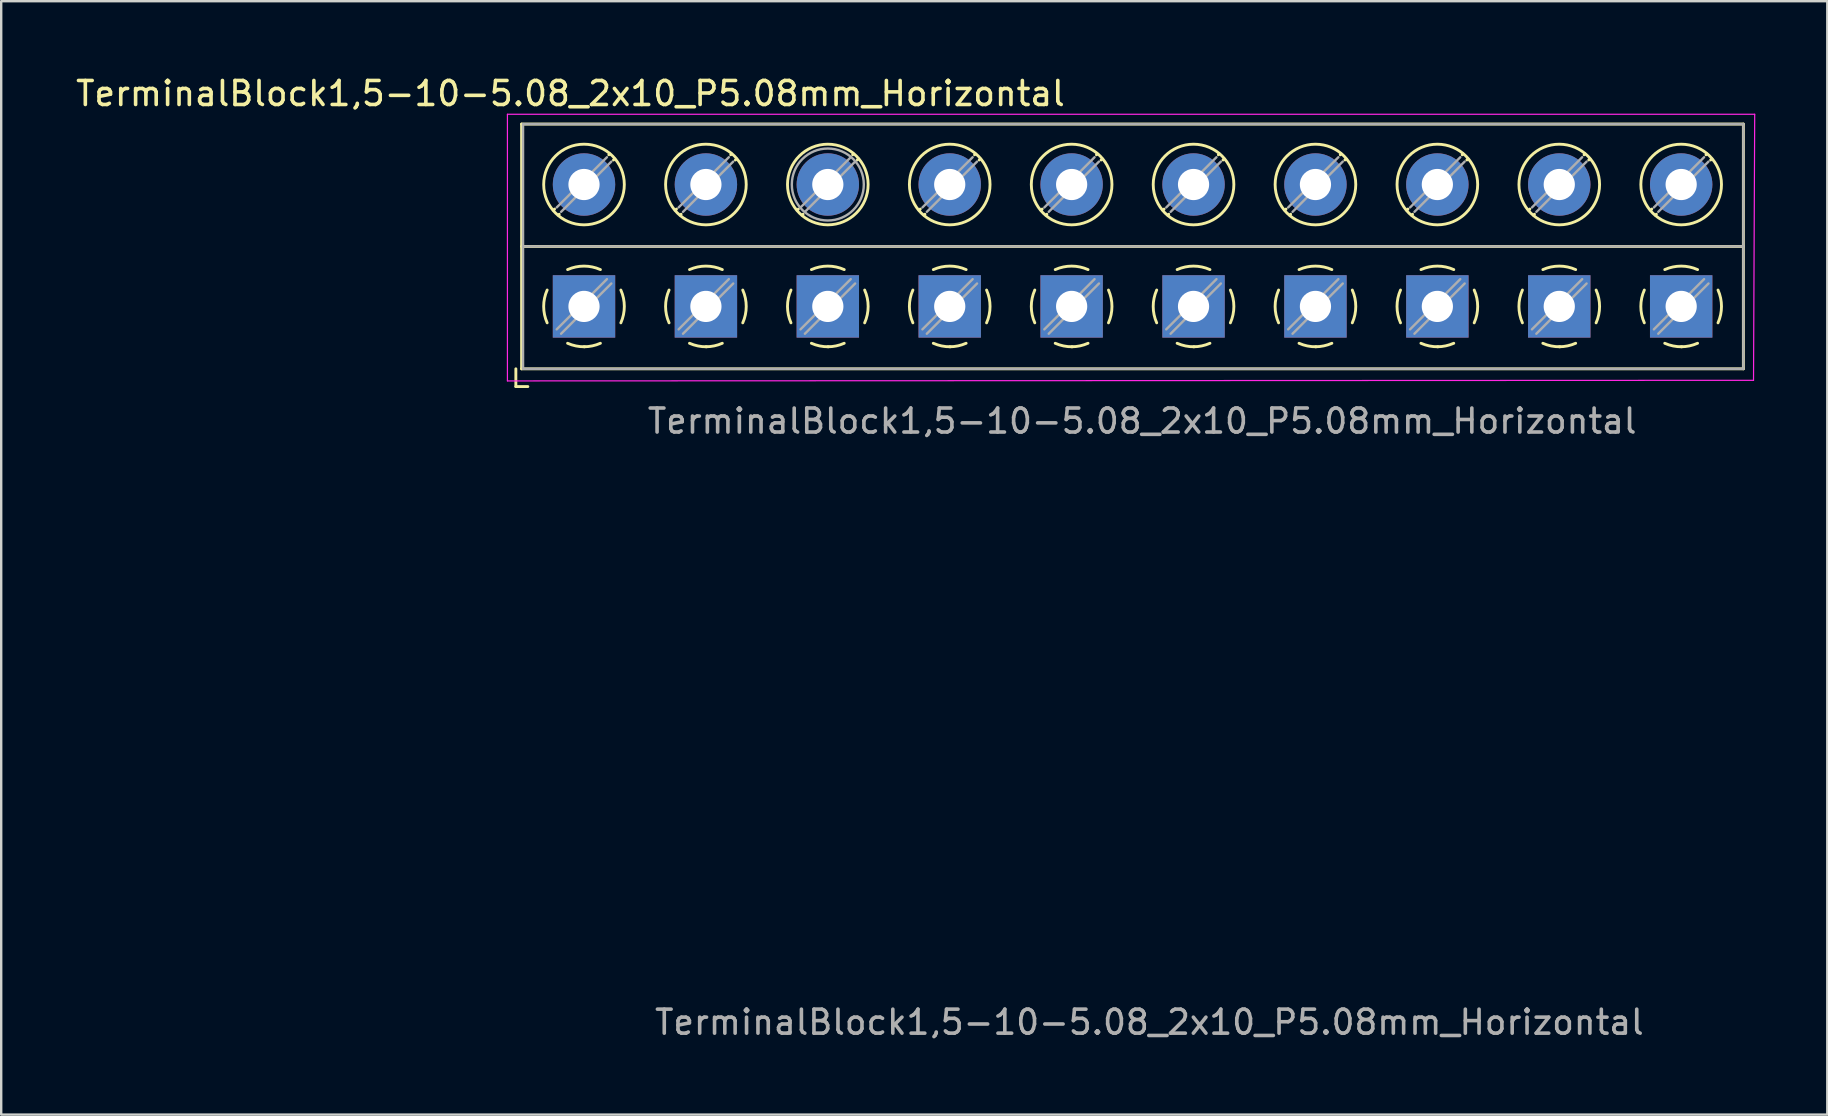
<source format=kicad_pcb>
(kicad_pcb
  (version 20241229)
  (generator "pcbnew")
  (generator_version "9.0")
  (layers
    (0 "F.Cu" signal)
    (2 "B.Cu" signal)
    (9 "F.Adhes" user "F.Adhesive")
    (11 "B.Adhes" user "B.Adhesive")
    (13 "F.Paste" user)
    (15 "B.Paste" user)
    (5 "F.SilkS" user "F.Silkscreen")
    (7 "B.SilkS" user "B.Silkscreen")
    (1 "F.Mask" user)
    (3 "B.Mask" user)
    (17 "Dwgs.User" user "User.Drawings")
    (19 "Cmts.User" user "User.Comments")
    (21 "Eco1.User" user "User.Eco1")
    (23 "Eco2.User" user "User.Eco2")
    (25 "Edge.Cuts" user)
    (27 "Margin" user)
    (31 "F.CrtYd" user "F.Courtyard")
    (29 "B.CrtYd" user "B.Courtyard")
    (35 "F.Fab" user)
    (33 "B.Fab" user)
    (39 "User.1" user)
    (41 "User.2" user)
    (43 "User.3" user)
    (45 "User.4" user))
  (footprint "TerminalBlock1,5-10-5.08_2x10_P5.08mm_Horizontal"
    (layer "F.Cu")
    (at 44.595 13.048)
    (property "Reference" "TerminalBlock1,5-10-5.08_2x10_P5.08mm_Horizontal" (at -23.875 -12.2 0) (unlocked yes) (layer "F.SilkS") (effects (font (size 1 1) (thickness 0.15))))
    (attr through_hole)
    (fp_line (start -26.149 -0.729) (end -26.149 0.011) (stroke (width 0.12) (type solid)) (layer "F.SilkS"))
    (fp_line (start -26.149 0.011) (end -25.649 0.011) (stroke (width 0.12) (type solid)) (layer "F.SilkS"))
    (fp_line (start -25.909 -10.928) (end -25.909 -0.729) (stroke (width 0.12) (type solid)) (layer "F.SilkS"))
    (fp_line (start -25.909 -10.928) (end 25.003 -10.928) (stroke (width 0.12) (type solid)) (layer "F.SilkS"))
    (fp_line (start -25.909 -5.829) (end 25.003 -5.829) (stroke (width 0.12) (type solid)) (layer "F.SilkS"))
    (fp_line (start -25.909 -0.729) (end 25.003 -0.729) (stroke (width 0.12) (type solid)) (layer "F.SilkS"))
    (fp_line (start -24.536 -7.386) (end -24.583 -7.34) (stroke (width 0.12) (type solid)) (layer "F.SilkS"))
    (fp_line (start -24.343 -7.17) (end -24.378 -7.135) (stroke (width 0.12) (type solid)) (layer "F.SilkS"))
    (fp_line (start -22.239 -9.684) (end -22.274 -9.648) (stroke (width 0.12) (type solid)) (layer "F.SilkS"))
    (fp_line (start -22.034 -9.477) (end -22.081 -9.431) (stroke (width 0.12) (type solid)) (layer "F.SilkS"))
    (fp_line (start -19.456 -7.386) (end -19.503 -7.34) (stroke (width 0.12) (type solid)) (layer "F.SilkS"))
    (fp_line (start -19.263 -7.17) (end -19.298 -7.135) (stroke (width 0.12) (type solid)) (layer "F.SilkS"))
    (fp_line (start -17.159 -9.684) (end -17.194 -9.648) (stroke (width 0.12) (type solid)) (layer "F.SilkS"))
    (fp_line (start -16.954 -9.477) (end -17.001 -9.431) (stroke (width 0.12) (type solid)) (layer "F.SilkS"))
    (fp_line (start -14.376 -7.386) (end -14.423 -7.34) (stroke (width 0.12) (type solid)) (layer "F.SilkS"))
    (fp_line (start -14.183 -7.17) (end -14.218 -7.135) (stroke (width 0.12) (type solid)) (layer "F.SilkS"))
    (fp_line (start -12.079 -9.684) (end -12.114 -9.648) (stroke (width 0.12) (type solid)) (layer "F.SilkS"))
    (fp_line (start -11.874 -9.477) (end -11.921 -9.431) (stroke (width 0.12) (type solid)) (layer "F.SilkS"))
    (fp_line (start -9.296 -7.386) (end -9.343 -7.34) (stroke (width 0.12) (type solid)) (layer "F.SilkS"))
    (fp_line (start -9.103 -7.17) (end -9.138 -7.135) (stroke (width 0.12) (type solid)) (layer "F.SilkS"))
    (fp_line (start -6.999 -9.684) (end -7.034 -9.648) (stroke (width 0.12) (type solid)) (layer "F.SilkS"))
    (fp_line (start -6.794 -9.477) (end -6.841 -9.431) (stroke (width 0.12) (type solid)) (layer "F.SilkS"))
    (fp_line (start -4.216 -7.386) (end -4.263 -7.34) (stroke (width 0.12) (type solid)) (layer "F.SilkS"))
    (fp_line (start -4.023 -7.17) (end -4.058 -7.135) (stroke (width 0.12) (type solid)) (layer "F.SilkS"))
    (fp_line (start -1.919 -9.684) (end -1.954 -9.648) (stroke (width 0.12) (type solid)) (layer "F.SilkS"))
    (fp_line (start -1.714 -9.477) (end -1.761 -9.431) (stroke (width 0.12) (type solid)) (layer "F.SilkS"))
    (fp_line (start 0.864 -7.386) (end 0.817 -7.34) (stroke (width 0.12) (type solid)) (layer "F.SilkS"))
    (fp_line (start 1.057 -7.17) (end 1.022 -7.135) (stroke (width 0.12) (type solid)) (layer "F.SilkS"))
    (fp_line (start 3.161 -9.684) (end 3.126 -9.648) (stroke (width 0.12) (type solid)) (layer "F.SilkS"))
    (fp_line (start 3.366 -9.477) (end 3.319 -9.431) (stroke (width 0.12) (type solid)) (layer "F.SilkS"))
    (fp_line (start 5.944 -7.386) (end 5.897 -7.34) (stroke (width 0.12) (type solid)) (layer "F.SilkS"))
    (fp_line (start 6.137 -7.17) (end 6.102 -7.135) (stroke (width 0.12) (type solid)) (layer "F.SilkS"))
    (fp_line (start 8.241 -9.684) (end 8.206 -9.648) (stroke (width 0.12) (type solid)) (layer "F.SilkS"))
    (fp_line (start 8.446 -9.477) (end 8.399 -9.431) (stroke (width 0.12) (type solid)) (layer "F.SilkS"))
    (fp_line (start 11.024 -7.386) (end 10.977 -7.34) (stroke (width 0.12) (type solid)) (layer "F.SilkS"))
    (fp_line (start 11.217 -7.17) (end 11.182 -7.135) (stroke (width 0.12) (type solid)) (layer "F.SilkS"))
    (fp_line (start 13.321 -9.684) (end 13.286 -9.648) (stroke (width 0.12) (type solid)) (layer "F.SilkS"))
    (fp_line (start 13.526 -9.477) (end 13.479 -9.431) (stroke (width 0.12) (type solid)) (layer "F.SilkS"))
    (fp_line (start 16.104 -7.386) (end 16.057 -7.34) (stroke (width 0.12) (type solid)) (layer "F.SilkS"))
    (fp_line (start 16.297 -7.17) (end 16.262 -7.135) (stroke (width 0.12) (type solid)) (layer "F.SilkS"))
    (fp_line (start 18.401 -9.684) (end 18.366 -9.648) (stroke (width 0.12) (type solid)) (layer "F.SilkS"))
    (fp_line (start 18.606 -9.477) (end 18.559 -9.431) (stroke (width 0.12) (type solid)) (layer "F.SilkS"))
    (fp_line (start 21.184 -7.386) (end 21.137 -7.34) (stroke (width 0.12) (type solid)) (layer "F.SilkS"))
    (fp_line (start 21.377 -7.17) (end 21.342 -7.135) (stroke (width 0.12) (type solid)) (layer "F.SilkS"))
    (fp_line (start 23.481 -9.684) (end 23.446 -9.648) (stroke (width 0.12) (type solid)) (layer "F.SilkS"))
    (fp_line (start 23.686 -9.477) (end 23.639 -9.431) (stroke (width 0.12) (type solid)) (layer "F.SilkS"))
    (fp_line (start 25.003 -10.928) (end 25.003 -0.729) (stroke (width 0.12) (type solid)) (layer "F.SilkS"))
    (fp_arc (start -24.844427 -2.645458) (mid -24.989501 -3.329024) (end -24.844 -4.0125) (stroke (width 0.12) (type solid)) (layer "F.SilkS"))
    (fp_arc (start -23.992042 -4.863927) (mid -23.308476 -5.009001) (end -22.625 -4.8635) (stroke (width 0.12) (type solid)) (layer "F.SilkS"))
    (fp_arc (start -23.280195 -1.648247) (mid -23.644551 -1.681841) (end -23.993 -1.7935) (stroke (width 0.12) (type solid)) (layer "F.SilkS"))
    (fp_arc (start -22.625682 -1.793744) (mid -22.959708 -1.685212) (end -23.309 -1.6485) (stroke (width 0.12) (type solid)) (layer "F.SilkS"))
    (fp_arc (start -21.773573 -4.011542) (mid -21.628499 -3.327976) (end -21.774 -2.6445) (stroke (width 0.12) (type solid)) (layer "F.SilkS"))
    (fp_arc (start -19.764427 -2.645458) (mid -19.909501 -3.329024) (end -19.764 -4.0125) (stroke (width 0.12) (type solid)) (layer "F.SilkS"))
    (fp_arc (start -18.912042 -4.863927) (mid -18.228476 -5.009001) (end -17.545 -4.8635) (stroke (width 0.12) (type solid)) (layer "F.SilkS"))
    (fp_arc (start -18.200195 -1.648247) (mid -18.564551 -1.681841) (end -18.913 -1.7935) (stroke (width 0.12) (type solid)) (layer "F.SilkS"))
    (fp_arc (start -17.545682 -1.793744) (mid -17.879708 -1.685212) (end -18.229 -1.6485) (stroke (width 0.12) (type solid)) (layer "F.SilkS"))
    (fp_arc (start -16.693573 -4.011542) (mid -16.548499 -3.327976) (end -16.694 -2.6445) (stroke (width 0.12) (type solid)) (layer "F.SilkS"))
    (fp_arc (start -14.684427 -2.645458) (mid -14.829501 -3.329024) (end -14.684 -4.0125) (stroke (width 0.12) (type solid)) (layer "F.SilkS"))
    (fp_arc (start -13.832042 -4.863927) (mid -13.148476 -5.009001) (end -12.465 -4.8635) (stroke (width 0.12) (type solid)) (layer "F.SilkS"))
    (fp_arc (start -13.120195 -1.648247) (mid -13.484551 -1.681841) (end -13.833 -1.7935) (stroke (width 0.12) (type solid)) (layer "F.SilkS"))
    (fp_arc (start -12.465682 -1.793744) (mid -12.799708 -1.685212) (end -13.149 -1.6485) (stroke (width 0.12) (type solid)) (layer "F.SilkS"))
    (fp_arc (start -11.613573 -4.011542) (mid -11.468499 -3.327976) (end -11.614 -2.6445) (stroke (width 0.12) (type solid)) (layer "F.SilkS"))
    (fp_arc (start -9.604427 -2.645458) (mid -9.749501 -3.329024) (end -9.604 -4.0125) (stroke (width 0.12) (type solid)) (layer "F.SilkS"))
    (fp_arc (start -8.752042 -4.863927) (mid -8.068476 -5.009001) (end -7.385 -4.8635) (stroke (width 0.12) (type solid)) (layer "F.SilkS"))
    (fp_arc (start -8.040195 -1.648247) (mid -8.404551 -1.681841) (end -8.753 -1.7935) (stroke (width 0.12) (type solid)) (layer "F.SilkS"))
    (fp_arc (start -7.385682 -1.793744) (mid -7.719708 -1.685212) (end -8.069 -1.6485) (stroke (width 0.12) (type solid)) (layer "F.SilkS"))
    (fp_arc (start -6.533573 -4.011542) (mid -6.388499 -3.327976) (end -6.534 -2.6445) (stroke (width 0.12) (type solid)) (layer "F.SilkS"))
    (fp_arc (start -4.524427 -2.645458) (mid -4.669501 -3.329024) (end -4.524 -4.0125) (stroke (width 0.12) (type solid)) (layer "F.SilkS"))
    (fp_arc (start -3.672042 -4.863927) (mid -2.988476 -5.009001) (end -2.305 -4.8635) (stroke (width 0.12) (type solid)) (layer "F.SilkS"))
    (fp_arc (start -2.960195 -1.648247) (mid -3.324551 -1.681841) (end -3.673 -1.7935) (stroke (width 0.12) (type solid)) (layer "F.SilkS"))
    (fp_arc (start -2.305682 -1.793744) (mid -2.639708 -1.685212) (end -2.989 -1.6485) (stroke (width 0.12) (type solid)) (layer "F.SilkS"))
    (fp_arc (start -1.453573 -4.011542) (mid -1.308499 -3.327976) (end -1.454 -2.6445) (stroke (width 0.12) (type solid)) (layer "F.SilkS"))
    (fp_arc (start 0.555573 -2.645458) (mid 0.410499 -3.329024) (end 0.556 -4.0125) (stroke (width 0.12) (type solid)) (layer "F.SilkS"))
    (fp_arc (start 1.407958 -4.863927) (mid 2.091524 -5.009001) (end 2.775 -4.8635) (stroke (width 0.12) (type solid)) (layer "F.SilkS"))
    (fp_arc (start 2.119805 -1.648247) (mid 1.755449 -1.681841) (end 1.407 -1.7935) (stroke (width 0.12) (type solid)) (layer "F.SilkS"))
    (fp_arc (start 2.774318 -1.793744) (mid 2.440292 -1.685212) (end 2.091 -1.6485) (stroke (width 0.12) (type solid)) (layer "F.SilkS"))
    (fp_arc (start 3.626427 -4.011542) (mid 3.771501 -3.327976) (end 3.626 -2.6445) (stroke (width 0.12) (type solid)) (layer "F.SilkS"))
    (fp_arc (start 5.635573 -2.645458) (mid 5.490499 -3.329024) (end 5.636 -4.0125) (stroke (width 0.12) (type solid)) (layer "F.SilkS"))
    (fp_arc (start 6.487958 -4.863927) (mid 7.171524 -5.009001) (end 7.855 -4.8635) (stroke (width 0.12) (type solid)) (layer "F.SilkS"))
    (fp_arc (start 7.199805 -1.648247) (mid 6.835449 -1.681841) (end 6.487 -1.7935) (stroke (width 0.12) (type solid)) (layer "F.SilkS"))
    (fp_arc (start 7.854318 -1.793744) (mid 7.520292 -1.685212) (end 7.171 -1.6485) (stroke (width 0.12) (type solid)) (layer "F.SilkS"))
    (fp_arc (start 8.706427 -4.011542) (mid 8.851501 -3.327976) (end 8.706 -2.6445) (stroke (width 0.12) (type solid)) (layer "F.SilkS"))
    (fp_arc (start 10.715573 -2.645458) (mid 10.570499 -3.329024) (end 10.716 -4.0125) (stroke (width 0.12) (type solid)) (layer "F.SilkS"))
    (fp_arc (start 11.567958 -4.863927) (mid 12.251524 -5.009001) (end 12.935 -4.8635) (stroke (width 0.12) (type solid)) (layer "F.SilkS"))
    (fp_arc (start 12.279805 -1.648247) (mid 11.915449 -1.681841) (end 11.567 -1.7935) (stroke (width 0.12) (type solid)) (layer "F.SilkS"))
    (fp_arc (start 12.934318 -1.793744) (mid 12.600292 -1.685212) (end 12.251 -1.6485) (stroke (width 0.12) (type solid)) (layer "F.SilkS"))
    (fp_arc (start 13.786427 -4.011542) (mid 13.931501 -3.327976) (end 13.786 -2.6445) (stroke (width 0.12) (type solid)) (layer "F.SilkS"))
    (fp_arc (start 15.795573 -2.645458) (mid 15.650499 -3.329024) (end 15.796 -4.0125) (stroke (width 0.12) (type solid)) (layer "F.SilkS"))
    (fp_arc (start 16.647958 -4.863927) (mid 17.331524 -5.009001) (end 18.015 -4.8635) (stroke (width 0.12) (type solid)) (layer "F.SilkS"))
    (fp_arc (start 17.359805 -1.648247) (mid 16.995449 -1.681841) (end 16.647 -1.7935) (stroke (width 0.12) (type solid)) (layer "F.SilkS"))
    (fp_arc (start 18.014318 -1.793744) (mid 17.680292 -1.685212) (end 17.331 -1.6485) (stroke (width 0.12) (type solid)) (layer "F.SilkS"))
    (fp_arc (start 18.866427 -4.011542) (mid 19.011501 -3.327976) (end 18.866 -2.6445) (stroke (width 0.12) (type solid)) (layer "F.SilkS"))
    (fp_arc (start 20.875573 -2.645458) (mid 20.730499 -3.329024) (end 20.876 -4.0125) (stroke (width 0.12) (type solid)) (layer "F.SilkS"))
    (fp_arc (start 21.727958 -4.863927) (mid 22.411524 -5.009001) (end 23.095 -4.8635) (stroke (width 0.12) (type solid)) (layer "F.SilkS"))
    (fp_arc (start 22.439805 -1.648247) (mid 22.075449 -1.681841) (end 21.727 -1.7935) (stroke (width 0.12) (type solid)) (layer "F.SilkS"))
    (fp_arc (start 23.094318 -1.793744) (mid 22.760292 -1.685212) (end 22.411 -1.6485) (stroke (width 0.12) (type solid)) (layer "F.SilkS"))
    (fp_arc (start 23.946427 -4.011542) (mid 24.091501 -3.327976) (end 23.946 -2.6445) (stroke (width 0.12) (type solid)) (layer "F.SilkS"))
    (fp_circle (center -23.309 -8.409) (end -21.629 -8.409) (stroke (width 0.12) (type solid)) (fill no) (layer "F.SilkS"))
    (fp_circle (center -18.229 -8.409) (end -16.549 -8.409) (stroke (width 0.12) (type solid)) (fill no) (layer "F.SilkS"))
    (fp_circle (center -13.149 -8.409) (end -11.469 -8.409) (stroke (width 0.12) (type solid)) (fill no) (layer "F.SilkS"))
    (fp_circle (center -8.069 -8.409) (end -6.389 -8.409) (stroke (width 0.12) (type solid)) (fill no) (layer "F.SilkS"))
    (fp_circle (center -2.989 -8.409) (end -1.309 -8.409) (stroke (width 0.12) (type solid)) (fill no) (layer "F.SilkS"))
    (fp_circle (center 2.091 -8.409) (end 3.771 -8.409) (stroke (width 0.12) (type solid)) (fill no) (layer "F.SilkS"))
    (fp_circle (center 7.171 -8.409) (end 8.851 -8.409) (stroke (width 0.12) (type solid)) (fill no) (layer "F.SilkS"))
    (fp_circle (center 12.251 -8.409) (end 13.931 -8.409) (stroke (width 0.12) (type solid)) (fill no) (layer "F.SilkS"))
    (fp_circle (center 17.331 -8.409) (end 19.011 -8.409) (stroke (width 0.12) (type solid)) (fill no) (layer "F.SilkS"))
    (fp_circle (center 22.411 -8.409) (end 24.091 -8.409) (stroke (width 0.12) (type solid)) (fill no) (layer "F.SilkS"))
    (fp_line (start -26.5 -11.337) (end -26.5 -0.225) (stroke (width 0.05) (type solid)) (layer "F.CrtYd"))
    (fp_line (start -26.5 -0.225) (end 25.426 -0.25) (stroke (width 0.05) (type solid)) (layer "F.CrtYd"))
    (fp_line (start 25.426 -0.25) (end 25.475 -11.337) (stroke (width 0.05) (type solid)) (layer "F.CrtYd"))
    (fp_line (start 25.475 -11.337) (end -26.5 -11.337) (stroke (width 0.05) (type solid)) (layer "F.CrtYd"))
    (fp_line (start -25.849 -10.928) (end 25.003 -10.928) (stroke (width 0.1) (type solid)) (layer "F.Fab"))
    (fp_line (start -25.849 -5.829) (end 25.003 -5.829) (stroke (width 0.1) (type solid)) (layer "F.Fab"))
    (fp_line (start -25.849 -0.729) (end -25.849 -10.928) (stroke (width 0.1) (type solid)) (layer "F.Fab"))
    (fp_line (start -25.849 -0.729) (end 25.003 -0.729) (stroke (width 0.1) (type solid)) (layer "F.Fab"))
    (fp_line (start -22.354 -9.546) (end -24.446 -7.454) (stroke (width 0.1) (type solid)) (layer "F.Fab"))
    (fp_line (start -22.354 -4.466) (end -24.447 -2.373) (stroke (width 0.1) (type solid)) (layer "F.Fab"))
    (fp_line (start -22.171 -9.364) (end -24.263 -7.271) (stroke (width 0.1) (type solid)) (layer "F.Fab"))
    (fp_line (start -22.171 -4.284) (end -24.264 -2.191) (stroke (width 0.1) (type solid)) (layer "F.Fab"))
    (fp_line (start -17.274 -9.546) (end -19.366 -7.454) (stroke (width 0.1) (type solid)) (layer "F.Fab"))
    (fp_line (start -17.274 -4.466) (end -19.367 -2.373) (stroke (width 0.1) (type solid)) (layer "F.Fab"))
    (fp_line (start -17.091 -9.364) (end -19.183 -7.271) (stroke (width 0.1) (type solid)) (layer "F.Fab"))
    (fp_line (start -17.091 -4.284) (end -19.184 -2.191) (stroke (width 0.1) (type solid)) (layer "F.Fab"))
    (fp_line (start -12.194 -9.546) (end -14.286 -7.454) (stroke (width 0.1) (type solid)) (layer "F.Fab"))
    (fp_line (start -12.194 -4.466) (end -14.287 -2.373) (stroke (width 0.1) (type solid)) (layer "F.Fab"))
    (fp_line (start -12.011 -9.364) (end -14.103 -7.271) (stroke (width 0.1) (type solid)) (layer "F.Fab"))
    (fp_line (start -12.011 -4.284) (end -14.104 -2.191) (stroke (width 0.1) (type solid)) (layer "F.Fab"))
    (fp_line (start -7.114 -9.546) (end -9.206 -7.454) (stroke (width 0.1) (type solid)) (layer "F.Fab"))
    (fp_line (start -7.114 -4.466) (end -9.207 -2.373) (stroke (width 0.1) (type solid)) (layer "F.Fab"))
    (fp_line (start -6.931 -9.364) (end -9.023 -7.271) (stroke (width 0.1) (type solid)) (layer "F.Fab"))
    (fp_line (start -6.931 -4.284) (end -9.024 -2.191) (stroke (width 0.1) (type solid)) (layer "F.Fab"))
    (fp_line (start -2.034 -9.546) (end -4.126 -7.454) (stroke (width 0.1) (type solid)) (layer "F.Fab"))
    (fp_line (start -2.034 -4.466) (end -4.127 -2.373) (stroke (width 0.1) (type solid)) (layer "F.Fab"))
    (fp_line (start -1.851 -9.364) (end -3.943 -7.271) (stroke (width 0.1) (type solid)) (layer "F.Fab"))
    (fp_line (start -1.851 -4.284) (end -3.944 -2.191) (stroke (width 0.1) (type solid)) (layer "F.Fab"))
    (fp_line (start 3.046 -9.546) (end 0.954 -7.454) (stroke (width 0.1) (type solid)) (layer "F.Fab"))
    (fp_line (start 3.046 -4.466) (end 0.953 -2.373) (stroke (width 0.1) (type solid)) (layer "F.Fab"))
    (fp_line (start 3.229 -9.364) (end 1.137 -7.271) (stroke (width 0.1) (type solid)) (layer "F.Fab"))
    (fp_line (start 3.229 -4.284) (end 1.136 -2.191) (stroke (width 0.1) (type solid)) (layer "F.Fab"))
    (fp_line (start 8.126 -9.546) (end 6.034 -7.454) (stroke (width 0.1) (type solid)) (layer "F.Fab"))
    (fp_line (start 8.126 -4.466) (end 6.033 -2.373) (stroke (width 0.1) (type solid)) (layer "F.Fab"))
    (fp_line (start 8.309 -9.364) (end 6.217 -7.271) (stroke (width 0.1) (type solid)) (layer "F.Fab"))
    (fp_line (start 8.309 -4.284) (end 6.216 -2.191) (stroke (width 0.1) (type solid)) (layer "F.Fab"))
    (fp_line (start 13.206 -9.546) (end 11.114 -7.454) (stroke (width 0.1) (type solid)) (layer "F.Fab"))
    (fp_line (start 13.206 -4.466) (end 11.113 -2.373) (stroke (width 0.1) (type solid)) (layer "F.Fab"))
    (fp_line (start 13.389 -9.364) (end 11.297 -7.271) (stroke (width 0.1) (type solid)) (layer "F.Fab"))
    (fp_line (start 13.389 -4.284) (end 11.296 -2.191) (stroke (width 0.1) (type solid)) (layer "F.Fab"))
    (fp_line (start 18.286 -9.546) (end 16.194 -7.454) (stroke (width 0.1) (type solid)) (layer "F.Fab"))
    (fp_line (start 18.286 -4.466) (end 16.193 -2.373) (stroke (width 0.1) (type solid)) (layer "F.Fab"))
    (fp_line (start 18.469 -9.364) (end 16.377 -7.271) (stroke (width 0.1) (type solid)) (layer "F.Fab"))
    (fp_line (start 18.469 -4.284) (end 16.376 -2.191) (stroke (width 0.1) (type solid)) (layer "F.Fab"))
    (fp_line (start 23.366 -9.546) (end 21.274 -7.454) (stroke (width 0.1) (type solid)) (layer "F.Fab"))
    (fp_line (start 23.366 -4.466) (end 21.273 -2.373) (stroke (width 0.1) (type solid)) (layer "F.Fab"))
    (fp_line (start 23.549 -9.364) (end 21.457 -7.271) (stroke (width 0.1) (type solid)) (layer "F.Fab"))
    (fp_line (start 23.549 -4.284) (end 21.456 -2.191) (stroke (width 0.1) (type solid)) (layer "F.Fab"))
    (fp_line (start 25.003 -10.928) (end 25.003 -0.729) (stroke (width 0.1) (type solid)) (layer "F.Fab"))
    (fp_circle (center -13.149 -8.409) (end -11.649 -8.409) (stroke (width 0.1) (type solid)) (fill no) (layer "F.Fab"))
    (fp_text user "${REFERENCE}" (at -0.05 1.45 0) (layer "F.Fab") (effects (font (size 1 1) (thickness 0.15))))
    (fp_text user "${REFERENCE}" (at 0.25 26.5 0) (unlocked yes) (layer "F.Fab") (effects (font (size 1 1) (thickness 0.15))))
    (pad "1" thru_hole rect (at -23.309 -3.329) (size 2.6 2.6) (drill 1.3) (layers "*.Cu" "*.Mask"))
    (pad "2" thru_hole circle (at -23.309 -8.409) (size 2.6 2.6) (drill 1.3) (layers "*.Cu" "*.Mask"))
    (pad "3" thru_hole rect (at -18.229 -3.329) (size 2.6 2.6) (drill 1.3) (layers "*.Cu" "*.Mask"))
    (pad "4" thru_hole circle (at -18.229 -8.409) (size 2.6 2.6) (drill 1.3) (layers "*.Cu" "*.Mask"))
    (pad "5" thru_hole rect (at -13.149 -3.329) (size 2.6 2.6) (drill 1.3) (layers "*.Cu" "*.Mask"))
    (pad "6" thru_hole circle (at -13.149 -8.409) (size 2.6 2.6) (drill 1.3) (layers "*.Cu" "*.Mask"))
    (pad "7" thru_hole rect (at -8.069 -3.329) (size 2.6 2.6) (drill 1.3) (layers "*.Cu" "*.Mask"))
    (pad "8" thru_hole circle (at -8.069 -8.409) (size 2.6 2.6) (drill 1.3) (layers "*.Cu" "*.Mask"))
    (pad "9" thru_hole rect (at -2.989 -3.329) (size 2.6 2.6) (drill 1.3) (layers "*.Cu" "*.Mask"))
    (pad "10" thru_hole circle (at -2.989 -8.409) (size 2.6 2.6) (drill 1.3) (layers "*.Cu" "*.Mask"))
    (pad "11" thru_hole rect (at 2.091 -3.329) (size 2.6 2.6) (drill 1.3) (layers "*.Cu" "*.Mask"))
    (pad "12" thru_hole circle (at 2.091 -8.409) (size 2.6 2.6) (drill 1.3) (layers "*.Cu" "*.Mask"))
    (pad "13" thru_hole rect (at 7.171 -3.329) (size 2.6 2.6) (drill 1.3) (layers "*.Cu" "*.Mask"))
    (pad "14" thru_hole circle (at 7.171 -8.409) (size 2.6 2.6) (drill 1.3) (layers "*.Cu" "*.Mask"))
    (pad "15" thru_hole rect (at 12.251 -3.329) (size 2.6 2.6) (drill 1.3) (layers "*.Cu" "*.Mask"))
    (pad "16" thru_hole circle (at 12.251 -8.409) (size 2.6 2.6) (drill 1.3) (layers "*.Cu" "*.Mask"))
    (pad "17" thru_hole rect (at 17.331 -3.329) (size 2.6 2.6) (drill 1.3) (layers "*.Cu" "*.Mask"))
    (pad "18" thru_hole circle (at 17.331 -8.409) (size 2.6 2.6) (drill 1.3) (layers "*.Cu" "*.Mask"))
    (pad "19" thru_hole rect (at 22.411 -3.329) (size 2.6 2.6) (drill 1.3) (layers "*.Cu" "*.Mask"))
    (pad "20" thru_hole circle (at 22.411 -8.409) (size 2.6 2.6) (drill 1.3) (layers "*.Cu" "*.Mask")))
  (gr_rect
    (start -3 -3)
    (end 73.095 43.397)
    (stroke (width 0.1) (type default))
    (fill no)
    (layer "Edge.Cuts")))
</source>
